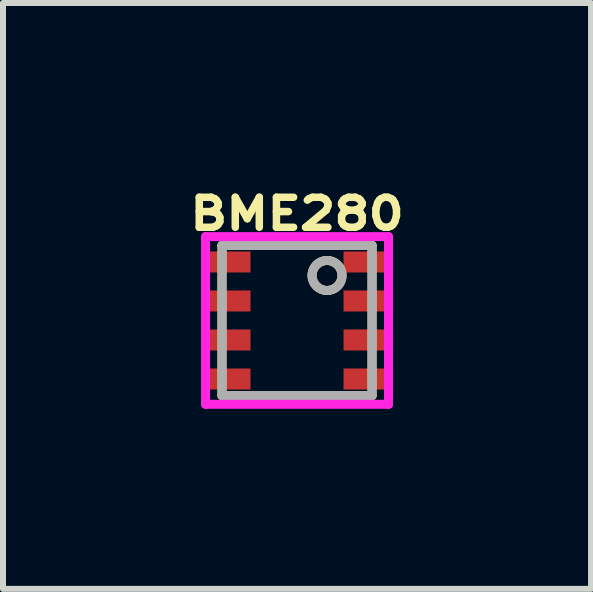
<source format=kicad_pcb>
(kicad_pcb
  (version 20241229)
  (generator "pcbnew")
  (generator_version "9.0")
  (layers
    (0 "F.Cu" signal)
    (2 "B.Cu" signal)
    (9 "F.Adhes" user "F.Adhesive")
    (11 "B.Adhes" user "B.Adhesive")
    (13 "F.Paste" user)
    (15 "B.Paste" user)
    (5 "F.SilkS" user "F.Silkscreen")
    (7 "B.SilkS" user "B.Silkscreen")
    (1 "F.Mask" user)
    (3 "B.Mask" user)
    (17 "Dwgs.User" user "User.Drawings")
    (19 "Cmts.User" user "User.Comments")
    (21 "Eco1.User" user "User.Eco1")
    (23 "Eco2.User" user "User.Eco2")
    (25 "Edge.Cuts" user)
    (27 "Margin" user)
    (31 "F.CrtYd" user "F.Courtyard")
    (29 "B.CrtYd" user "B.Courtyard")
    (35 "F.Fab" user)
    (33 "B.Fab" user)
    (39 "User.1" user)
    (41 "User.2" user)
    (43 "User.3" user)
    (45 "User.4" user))
  (footprint "BME280"
    (layer "F.Cu")
    (at 1.899 2.29)
    (property "Reference" "BME280" (at 0 -1.778 0) (layer "F.SilkS") (effects (font (size 0.5 0.6) (thickness 0.125))))
    (attr through_hole)
    (fp_line (start -1.25 -1.25) (end 1.25 -1.25) (stroke (width 0.15) (type solid)) (layer "F.SilkS"))
    (fp_line (start -1.25 1.25) (end -1.25 -1.25) (stroke (width 0.15) (type solid)) (layer "F.SilkS"))
    (fp_line (start 1.25 -1.25) (end 1.25 1.25) (stroke (width 0.15) (type solid)) (layer "F.SilkS"))
    (fp_line (start 1.25 1.25) (end -1.25 1.25) (stroke (width 0.15) (type solid)) (layer "F.SilkS"))
    (fp_circle (center 0.5 -0.75) (end 0.75 -0.75) (stroke (width 0.15) (type solid)) (fill no) (layer "F.SilkS"))
    (fp_line (start -1.524 -1.397) (end 1.524 -1.397) (stroke (width 0.15) (type solid)) (layer "F.CrtYd"))
    (fp_line (start -1.524 1.397) (end -1.524 -1.397) (stroke (width 0.15) (type solid)) (layer "F.CrtYd"))
    (fp_line (start 1.524 -1.397) (end 1.524 1.397) (stroke (width 0.15) (type solid)) (layer "F.CrtYd"))
    (fp_line (start 1.524 1.397) (end -1.524 1.397) (stroke (width 0.15) (type solid)) (layer "F.CrtYd"))
    (fp_line (start -1.25 -1.25) (end 1.25 -1.25) (stroke (width 0.15) (type solid)) (layer "F.Fab"))
    (fp_line (start -1.25 1.25) (end -1.25 -1.25) (stroke (width 0.15) (type solid)) (layer "F.Fab"))
    (fp_line (start 1.25 -1.25) (end 1.25 1.25) (stroke (width 0.15) (type solid)) (layer "F.Fab"))
    (fp_line (start 1.25 1.25) (end -1.25 1.25) (stroke (width 0.15) (type solid)) (layer "F.Fab"))
    (fp_circle (center 0.5 -0.75) (end 0.75 -0.75) (stroke (width 0.15) (type solid)) (fill no) (layer "F.Fab"))
    (pad "1" smd rect (at 1.125 -0.975) (size 0.7 0.35) (layers "F.Cu" "F.Mask" "F.Paste"))
    (pad "2" smd rect (at 1.125 -0.325) (size 0.7 0.35) (layers "F.Cu" "F.Mask" "F.Paste"))
    (pad "3" smd rect (at 1.125 0.325) (size 0.7 0.35) (layers "F.Cu" "F.Mask" "F.Paste"))
    (pad "4" smd rect (at 1.125 0.975) (size 0.7 0.35) (layers "F.Cu" "F.Mask" "F.Paste"))
    (pad "5" smd rect (at -1.125 0.975) (size 0.7 0.35) (layers "F.Cu" "F.Mask" "F.Paste"))
    (pad "6" smd rect (at -1.125 0.325) (size 0.7 0.35) (layers "F.Cu" "F.Mask" "F.Paste"))
    (pad "7" smd rect (at -1.125 -0.325) (size 0.7 0.35) (layers "F.Cu" "F.Mask" "F.Paste"))
    (pad "8" smd rect (at -1.125 -0.975) (size 0.7 0.35) (layers "F.Cu" "F.Mask" "F.Paste")))
  (gr_rect
    (start -3 -3)
    (end 6.798 6.762)
    (stroke (width 0.1) (type default))
    (fill no)
    (layer "Edge.Cuts")))
</source>
